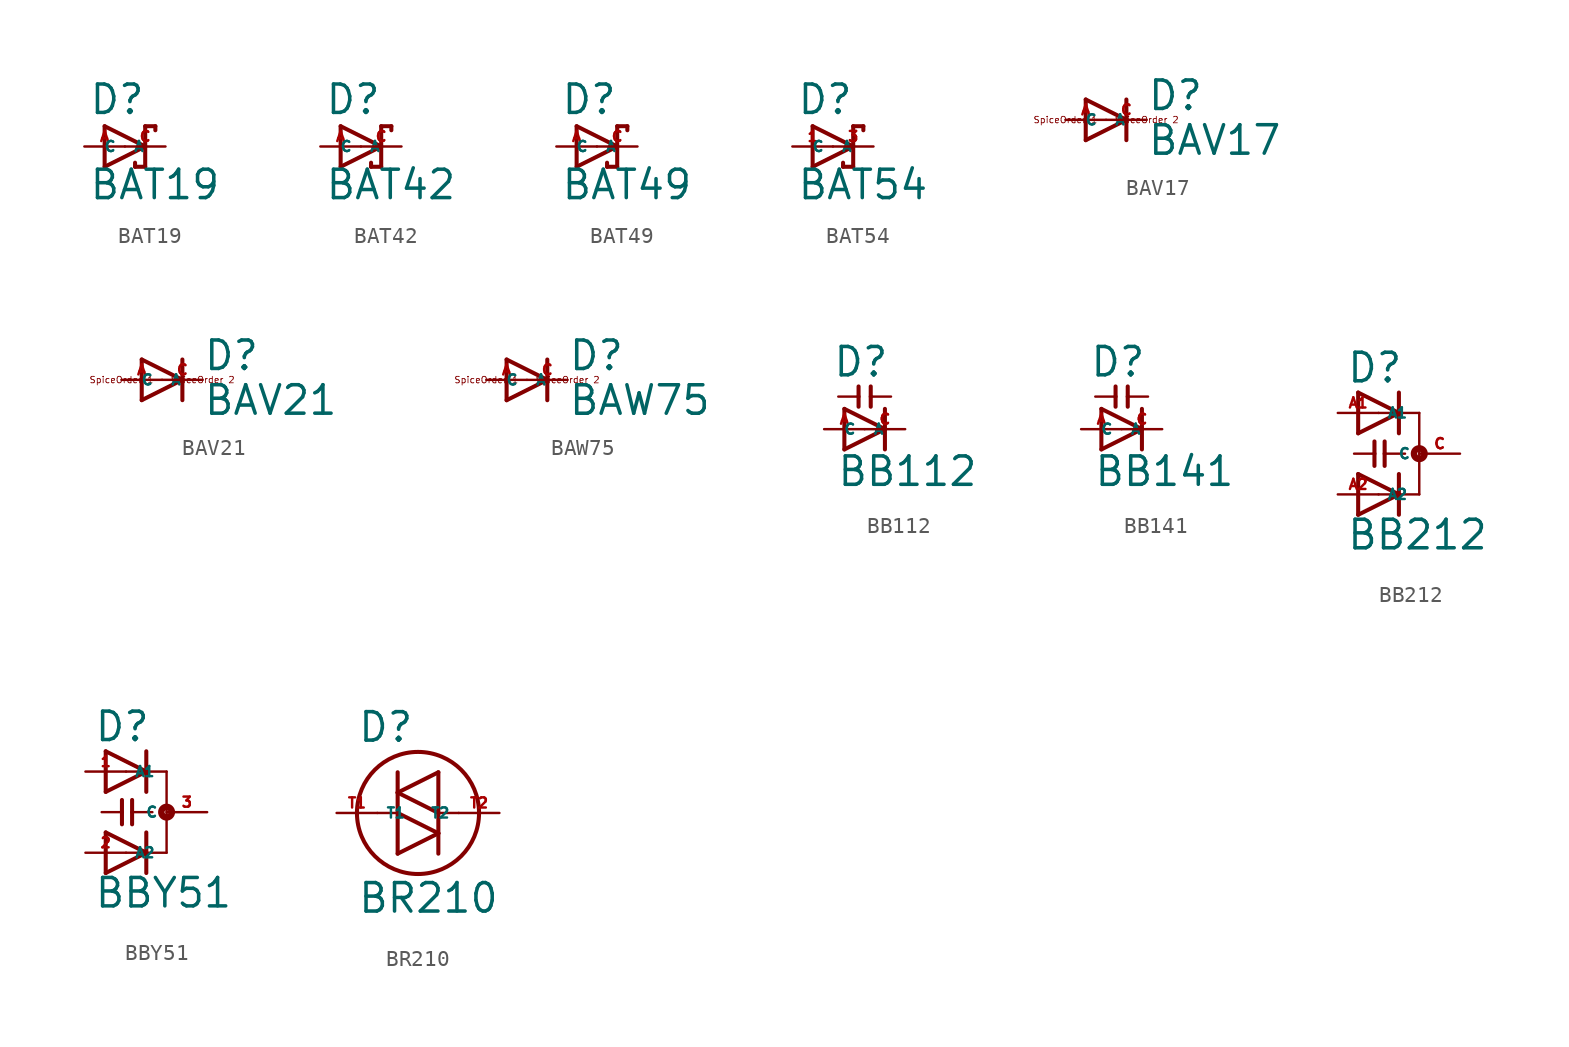
<source format=kicad_sym>
(kicad_symbol_lib
  (version 20220914)
  (generator Eagle2Kicad)
  (symbol "BAT19"
    (property "Reference" "D"
      (at -2.286 1.905 0)
      (effects (font (size 1.778 1.778) (thickness 0.22)) (justify left bottom)))
    (property "Value" "BAT19"
      (at -2.286 -3.429 0)
      (effects (font (size 1.778 1.778) (thickness 0.22)) (justify left bottom)))
    (polyline
      (pts (xy -1.27 -1.27) (xy 1.27 0))
      (stroke (width 0.254) (type default))
      (fill (type none)))
    (polyline
      (pts (xy 1.27 0) (xy -1.27 1.27))
      (stroke (width 0.254) (type default))
      (fill (type none)))
    (polyline
      (pts (xy 1.905 1.27) (xy 1.27 1.27))
      (stroke (width 0.254) (type default))
      (fill (type none)))
    (polyline
      (pts (xy 1.27 1.27) (xy 1.27 0))
      (stroke (width 0.254) (type default))
      (fill (type none)))
    (polyline
      (pts (xy -1.27 1.27) (xy -1.27 -1.27))
      (stroke (width 0.254) (type default))
      (fill (type none)))
    (polyline
      (pts (xy 1.27 0) (xy 1.27 -1.27))
      (stroke (width 0.254) (type default))
      (fill (type none)))
    (polyline
      (pts (xy 1.905 1.27) (xy 1.905 1.016))
      (stroke (width 0.254) (type default))
      (fill (type none)))
    (polyline
      (pts (xy 1.27 -1.27) (xy 0.635 -1.27))
      (stroke (width 0.254) (type default))
      (fill (type none)))
    (polyline
      (pts (xy 0.635 -1.016) (xy 0.635 -1.27))
      (stroke (width 0.254) (type default))
      (fill (type none)))
    (pin passive line
      (at -2.54 0 0)
      (length 2.54)
      (name "A" (effects (font (size 0.635 0.635) (thickness 0.08)) (justify left bottom)))
      (number "A" (effects (font (size 0.635 0.635) (thickness 0.08)) (justify left bottom))))
    (pin passive line
      (at 2.54 0 180)
      (length 2.54)
      (name "C" (effects (font (size 0.635 0.635) (thickness 0.08)) (justify left bottom)))
      (number "C" (effects (font (size 0.635 0.635) (thickness 0.08)) (justify left bottom)))))
  (symbol "BAT42"
    (property "Reference" "D"
      (at -2.286 1.905 0)
      (effects (font (size 1.778 1.778) (thickness 0.22)) (justify left bottom)))
    (property "Value" "BAT42"
      (at -2.286 -3.429 0)
      (effects (font (size 1.778 1.778) (thickness 0.22)) (justify left bottom)))
    (polyline
      (pts (xy -1.27 -1.27) (xy 1.27 0))
      (stroke (width 0.254) (type default))
      (fill (type none)))
    (polyline
      (pts (xy 1.27 0) (xy -1.27 1.27))
      (stroke (width 0.254) (type default))
      (fill (type none)))
    (polyline
      (pts (xy 1.905 1.27) (xy 1.27 1.27))
      (stroke (width 0.254) (type default))
      (fill (type none)))
    (polyline
      (pts (xy 1.27 1.27) (xy 1.27 0))
      (stroke (width 0.254) (type default))
      (fill (type none)))
    (polyline
      (pts (xy -1.27 1.27) (xy -1.27 -1.27))
      (stroke (width 0.254) (type default))
      (fill (type none)))
    (polyline
      (pts (xy 1.27 0) (xy 1.27 -1.27))
      (stroke (width 0.254) (type default))
      (fill (type none)))
    (polyline
      (pts (xy 1.905 1.27) (xy 1.905 1.016))
      (stroke (width 0.254) (type default))
      (fill (type none)))
    (polyline
      (pts (xy 1.27 -1.27) (xy 0.635 -1.27))
      (stroke (width 0.254) (type default))
      (fill (type none)))
    (polyline
      (pts (xy 0.635 -1.016) (xy 0.635 -1.27))
      (stroke (width 0.254) (type default))
      (fill (type none)))
    (pin passive line
      (at -2.54 0 0)
      (length 2.54)
      (name "A" (effects (font (size 0.635 0.635) (thickness 0.08)) (justify left bottom)))
      (number "A" (effects (font (size 0.635 0.635) (thickness 0.08)) (justify left bottom))))
    (pin passive line
      (at 2.54 0 180)
      (length 2.54)
      (name "C" (effects (font (size 0.635 0.635) (thickness 0.08)) (justify left bottom)))
      (number "C" (effects (font (size 0.635 0.635) (thickness 0.08)) (justify left bottom)))))
  (symbol "BAT49"
    (property "Reference" "D"
      (at -2.286 1.905 0)
      (effects (font (size 1.778 1.778) (thickness 0.22)) (justify left bottom)))
    (property "Value" "BAT49"
      (at -2.286 -3.429 0)
      (effects (font (size 1.778 1.778) (thickness 0.22)) (justify left bottom)))
    (polyline
      (pts (xy -1.27 -1.27) (xy 1.27 0))
      (stroke (width 0.254) (type default))
      (fill (type none)))
    (polyline
      (pts (xy 1.27 0) (xy -1.27 1.27))
      (stroke (width 0.254) (type default))
      (fill (type none)))
    (polyline
      (pts (xy 1.905 1.27) (xy 1.27 1.27))
      (stroke (width 0.254) (type default))
      (fill (type none)))
    (polyline
      (pts (xy 1.27 1.27) (xy 1.27 0))
      (stroke (width 0.254) (type default))
      (fill (type none)))
    (polyline
      (pts (xy -1.27 1.27) (xy -1.27 -1.27))
      (stroke (width 0.254) (type default))
      (fill (type none)))
    (polyline
      (pts (xy 1.27 0) (xy 1.27 -1.27))
      (stroke (width 0.254) (type default))
      (fill (type none)))
    (polyline
      (pts (xy 1.905 1.27) (xy 1.905 1.016))
      (stroke (width 0.254) (type default))
      (fill (type none)))
    (polyline
      (pts (xy 1.27 -1.27) (xy 0.635 -1.27))
      (stroke (width 0.254) (type default))
      (fill (type none)))
    (polyline
      (pts (xy 0.635 -1.016) (xy 0.635 -1.27))
      (stroke (width 0.254) (type default))
      (fill (type none)))
    (pin passive line
      (at -2.54 0 0)
      (length 2.54)
      (name "A" (effects (font (size 0.635 0.635) (thickness 0.08)) (justify left bottom)))
      (number "A" (effects (font (size 0.635 0.635) (thickness 0.08)) (justify left bottom))))
    (pin passive line
      (at 2.54 0 180)
      (length 2.54)
      (name "C" (effects (font (size 0.635 0.635) (thickness 0.08)) (justify left bottom)))
      (number "C" (effects (font (size 0.635 0.635) (thickness 0.08)) (justify left bottom)))))
  (symbol "BAT54"
    (property "Reference" "D"
      (at -2.286 1.905 0)
      (effects (font (size 1.778 1.778) (thickness 0.22)) (justify left bottom)))
    (property "Value" "BAT54"
      (at -2.286 -3.429 0)
      (effects (font (size 1.778 1.778) (thickness 0.22)) (justify left bottom)))
    (polyline
      (pts (xy -1.27 -1.27) (xy 1.27 0))
      (stroke (width 0.254) (type default))
      (fill (type none)))
    (polyline
      (pts (xy 1.27 0) (xy -1.27 1.27))
      (stroke (width 0.254) (type default))
      (fill (type none)))
    (polyline
      (pts (xy 1.905 1.27) (xy 1.27 1.27))
      (stroke (width 0.254) (type default))
      (fill (type none)))
    (polyline
      (pts (xy 1.27 1.27) (xy 1.27 0))
      (stroke (width 0.254) (type default))
      (fill (type none)))
    (polyline
      (pts (xy -1.27 1.27) (xy -1.27 -1.27))
      (stroke (width 0.254) (type default))
      (fill (type none)))
    (polyline
      (pts (xy 1.27 0) (xy 1.27 -1.27))
      (stroke (width 0.254) (type default))
      (fill (type none)))
    (polyline
      (pts (xy 1.905 1.27) (xy 1.905 1.016))
      (stroke (width 0.254) (type default))
      (fill (type none)))
    (polyline
      (pts (xy 1.27 -1.27) (xy 0.635 -1.27))
      (stroke (width 0.254) (type default))
      (fill (type none)))
    (polyline
      (pts (xy 0.635 -1.016) (xy 0.635 -1.27))
      (stroke (width 0.254) (type default))
      (fill (type none)))
    (pin passive line
      (at -2.54 0 0)
      (length 2.54)
      (name "A" (effects (font (size 0.635 0.635) (thickness 0.08)) (justify left bottom)))
      (number "1" (effects (font (size 0.635 0.635) (thickness 0.08)) (justify left bottom))))
    (pin passive line
      (at 2.54 0 180)
      (length 2.54)
      (name "C" (effects (font (size 0.635 0.635) (thickness 0.08)) (justify left bottom)))
      (number "3" (effects (font (size 0.635 0.635) (thickness 0.08)) (justify left bottom)))))
  (symbol "BAV17"
    (property "Reference" "D"
      (at 2.54 0.483 0)
      (effects (font (size 1.778 1.778) (thickness 0.22)) (justify left bottom)))
    (property "Value" "BAV17"
      (at 2.54 -2.311 0)
      (effects (font (size 1.778 1.778) (thickness 0.22)) (justify left bottom)))
    (polyline
      (pts (xy -1.27 -1.27) (xy 1.27 0))
      (stroke (width 0.254) (type default))
      (fill (type none)))
    (polyline
      (pts (xy 1.27 0) (xy -1.27 1.27))
      (stroke (width 0.254) (type default))
      (fill (type none)))
    (polyline
      (pts (xy 1.27 1.27) (xy 1.27 0))
      (stroke (width 0.254) (type default))
      (fill (type none)))
    (polyline
      (pts (xy -1.27 1.27) (xy -1.27 -1.27))
      (stroke (width 0.254) (type default))
      (fill (type none)))
    (polyline
      (pts (xy 1.27 0) (xy 1.27 -1.27))
      (stroke (width 0.254) (type default))
      (fill (type none)))
    (text "SpiceOrder 1"
      (at -2.54 0 0)
      (effects (font (size 0.406 0.406) (thickness 0.05))))
    (text "SpiceOrder 2"
      (at 2.54 0 0)
      (effects (font (size 0.406 0.406) (thickness 0.05))))
    (pin passive line
      (at -2.54 0 0)
      (length 2.54)
      (name "A" (effects (font (size 0.635 0.635) (thickness 0.08)) (justify left bottom)))
      (number "A" (effects (font (size 0.635 0.635) (thickness 0.08)) (justify left bottom))))
    (pin passive line
      (at 2.54 0 180)
      (length 2.54)
      (name "C" (effects (font (size 0.635 0.635) (thickness 0.08)) (justify left bottom)))
      (number "C" (effects (font (size 0.635 0.635) (thickness 0.08)) (justify left bottom)))))
  (symbol "BAV21"
    (property "Reference" "D"
      (at 2.54 0.483 0)
      (effects (font (size 1.778 1.778) (thickness 0.22)) (justify left bottom)))
    (property "Value" "BAV21"
      (at 2.54 -2.311 0)
      (effects (font (size 1.778 1.778) (thickness 0.22)) (justify left bottom)))
    (polyline
      (pts (xy -1.27 -1.27) (xy 1.27 0))
      (stroke (width 0.254) (type default))
      (fill (type none)))
    (polyline
      (pts (xy 1.27 0) (xy -1.27 1.27))
      (stroke (width 0.254) (type default))
      (fill (type none)))
    (polyline
      (pts (xy 1.27 1.27) (xy 1.27 0))
      (stroke (width 0.254) (type default))
      (fill (type none)))
    (polyline
      (pts (xy -1.27 1.27) (xy -1.27 -1.27))
      (stroke (width 0.254) (type default))
      (fill (type none)))
    (polyline
      (pts (xy 1.27 0) (xy 1.27 -1.27))
      (stroke (width 0.254) (type default))
      (fill (type none)))
    (text "SpiceOrder 1"
      (at -2.54 0 0)
      (effects (font (size 0.406 0.406) (thickness 0.05))))
    (text "SpiceOrder 2"
      (at 2.54 0 0)
      (effects (font (size 0.406 0.406) (thickness 0.05))))
    (pin passive line
      (at -2.54 0 0)
      (length 2.54)
      (name "A" (effects (font (size 0.635 0.635) (thickness 0.08)) (justify left bottom)))
      (number "A" (effects (font (size 0.635 0.635) (thickness 0.08)) (justify left bottom))))
    (pin passive line
      (at 2.54 0 180)
      (length 2.54)
      (name "C" (effects (font (size 0.635 0.635) (thickness 0.08)) (justify left bottom)))
      (number "C" (effects (font (size 0.635 0.635) (thickness 0.08)) (justify left bottom)))))
  (symbol "BAW75"
    (property "Reference" "D"
      (at 2.54 0.483 0)
      (effects (font (size 1.778 1.778) (thickness 0.22)) (justify left bottom)))
    (property "Value" "BAW75"
      (at 2.54 -2.311 0)
      (effects (font (size 1.778 1.778) (thickness 0.22)) (justify left bottom)))
    (polyline
      (pts (xy -1.27 -1.27) (xy 1.27 0))
      (stroke (width 0.254) (type default))
      (fill (type none)))
    (polyline
      (pts (xy 1.27 0) (xy -1.27 1.27))
      (stroke (width 0.254) (type default))
      (fill (type none)))
    (polyline
      (pts (xy 1.27 1.27) (xy 1.27 0))
      (stroke (width 0.254) (type default))
      (fill (type none)))
    (polyline
      (pts (xy -1.27 1.27) (xy -1.27 -1.27))
      (stroke (width 0.254) (type default))
      (fill (type none)))
    (polyline
      (pts (xy 1.27 0) (xy 1.27 -1.27))
      (stroke (width 0.254) (type default))
      (fill (type none)))
    (text "SpiceOrder 1"
      (at -2.54 0 0)
      (effects (font (size 0.406 0.406) (thickness 0.05))))
    (text "SpiceOrder 2"
      (at 2.54 0 0)
      (effects (font (size 0.406 0.406) (thickness 0.05))))
    (pin passive line
      (at -2.54 0 0)
      (length 2.54)
      (name "A" (effects (font (size 0.635 0.635) (thickness 0.08)) (justify left bottom)))
      (number "A" (effects (font (size 0.635 0.635) (thickness 0.08)) (justify left bottom))))
    (pin passive line
      (at 2.54 0 180)
      (length 2.54)
      (name "C" (effects (font (size 0.635 0.635) (thickness 0.08)) (justify left bottom)))
      (number "C" (effects (font (size 0.635 0.635) (thickness 0.08)) (justify left bottom)))))
  (symbol "BB112"
    (property "Reference" "D"
      (at -2.032 3.175 0)
      (effects (font (size 1.778 1.778) (thickness 0.22)) (justify left bottom)))
    (property "Value" "BB112"
      (at -1.778 -3.683 0)
      (effects (font (size 1.778 1.778) (thickness 0.22)) (justify left bottom)))
    (polyline
      (pts (xy -1.27 -1.27) (xy 1.27 0))
      (stroke (width 0.254) (type default))
      (fill (type none)))
    (polyline
      (pts (xy 1.27 0) (xy -1.27 1.27))
      (stroke (width 0.254) (type default))
      (fill (type none)))
    (polyline
      (pts (xy 1.27 1.27) (xy 1.27 0))
      (stroke (width 0.254) (type default))
      (fill (type none)))
    (polyline
      (pts (xy -1.27 1.27) (xy -1.27 -1.27))
      (stroke (width 0.254) (type default))
      (fill (type none)))
    (polyline
      (pts (xy 1.27 0) (xy 1.27 -1.27))
      (stroke (width 0.254) (type default))
      (fill (type none)))
    (polyline
      (pts (xy -0.381 2.675) (xy -0.381 2.04))
      (stroke (width 0.254) (type default))
      (fill (type none)))
    (polyline
      (pts (xy 0.381 2.675) (xy 0.381 2.04))
      (stroke (width 0.254) (type default))
      (fill (type none)))
    (polyline
      (pts (xy 1.651 2.04) (xy 0.381 2.04))
      (stroke (width 0.152) (type default))
      (fill (type none)))
    (polyline
      (pts (xy 0.381 2.04) (xy 0.381 1.405))
      (stroke (width 0.254) (type default))
      (fill (type none)))
    (polyline
      (pts (xy -0.381 2.04) (xy -1.651 2.04))
      (stroke (width 0.152) (type default))
      (fill (type none)))
    (polyline
      (pts (xy -0.381 2.04) (xy -0.381 1.405))
      (stroke (width 0.254) (type default))
      (fill (type none)))
    (pin passive line
      (at -2.54 0 0)
      (length 2.54)
      (name "A" (effects (font (size 0.635 0.635) (thickness 0.08)) (justify left bottom)))
      (number "A" (effects (font (size 0.635 0.635) (thickness 0.08)) (justify left bottom))))
    (pin passive line
      (at 2.54 0 180)
      (length 2.54)
      (name "C" (effects (font (size 0.635 0.635) (thickness 0.08)) (justify left bottom)))
      (number "C" (effects (font (size 0.635 0.635) (thickness 0.08)) (justify left bottom)))))
  (symbol "BB141"
    (property "Reference" "D"
      (at -2.032 3.175 0)
      (effects (font (size 1.778 1.778) (thickness 0.22)) (justify left bottom)))
    (property "Value" "BB141"
      (at -1.778 -3.683 0)
      (effects (font (size 1.778 1.778) (thickness 0.22)) (justify left bottom)))
    (polyline
      (pts (xy -1.27 -1.27) (xy 1.27 0))
      (stroke (width 0.254) (type default))
      (fill (type none)))
    (polyline
      (pts (xy 1.27 0) (xy -1.27 1.27))
      (stroke (width 0.254) (type default))
      (fill (type none)))
    (polyline
      (pts (xy 1.27 1.27) (xy 1.27 0))
      (stroke (width 0.254) (type default))
      (fill (type none)))
    (polyline
      (pts (xy -1.27 1.27) (xy -1.27 -1.27))
      (stroke (width 0.254) (type default))
      (fill (type none)))
    (polyline
      (pts (xy 1.27 0) (xy 1.27 -1.27))
      (stroke (width 0.254) (type default))
      (fill (type none)))
    (polyline
      (pts (xy -0.381 2.675) (xy -0.381 2.04))
      (stroke (width 0.254) (type default))
      (fill (type none)))
    (polyline
      (pts (xy 0.381 2.675) (xy 0.381 2.04))
      (stroke (width 0.254) (type default))
      (fill (type none)))
    (polyline
      (pts (xy 1.651 2.04) (xy 0.381 2.04))
      (stroke (width 0.152) (type default))
      (fill (type none)))
    (polyline
      (pts (xy 0.381 2.04) (xy 0.381 1.405))
      (stroke (width 0.254) (type default))
      (fill (type none)))
    (polyline
      (pts (xy -0.381 2.04) (xy -1.651 2.04))
      (stroke (width 0.152) (type default))
      (fill (type none)))
    (polyline
      (pts (xy -0.381 2.04) (xy -0.381 1.405))
      (stroke (width 0.254) (type default))
      (fill (type none)))
    (pin passive line
      (at -2.54 0 0)
      (length 2.54)
      (name "A" (effects (font (size 0.635 0.635) (thickness 0.08)) (justify left bottom)))
      (number "A" (effects (font (size 0.635 0.635) (thickness 0.08)) (justify left bottom))))
    (pin passive line
      (at 2.54 0 180)
      (length 2.54)
      (name "C" (effects (font (size 0.635 0.635) (thickness 0.08)) (justify left bottom)))
      (number "C" (effects (font (size 0.635 0.635) (thickness 0.08)) (justify left bottom)))))
  (symbol "BB212"
    (property "Reference" "D"
      (at -2.032 4.318 0)
      (effects (font (size 1.778 1.778) (thickness 0.22)) (justify left bottom)))
    (property "Value" "BB212"
      (at -2.032 -6.096 0)
      (effects (font (size 1.778 1.778) (thickness 0.22)) (justify left bottom)))
    (polyline
      (pts (xy -1.27 1.27) (xy 1.27 2.54))
      (stroke (width 0.254) (type default))
      (fill (type none)))
    (polyline
      (pts (xy 1.27 2.54) (xy -1.27 3.81))
      (stroke (width 0.254) (type default))
      (fill (type none)))
    (polyline
      (pts (xy 1.27 3.81) (xy 1.27 2.54))
      (stroke (width 0.254) (type default))
      (fill (type none)))
    (polyline
      (pts (xy 0 2.54) (xy 1.27 2.54))
      (stroke (width 0.152) (type default))
      (fill (type none)))
    (polyline
      (pts (xy -1.27 3.81) (xy -1.27 1.27))
      (stroke (width 0.254) (type default))
      (fill (type none)))
    (polyline
      (pts (xy 1.27 2.54) (xy 1.27 1.27))
      (stroke (width 0.254) (type default))
      (fill (type none)))
    (polyline
      (pts (xy 2.54 2.54) (xy 1.27 2.54))
      (stroke (width 0.152) (type default))
      (fill (type none)))
    (polyline
      (pts (xy -0.254 0.762) (xy -0.254 0))
      (stroke (width 0.254) (type default))
      (fill (type none)))
    (polyline
      (pts (xy 0.381 0.762) (xy 0.381 0))
      (stroke (width 0.254) (type default))
      (fill (type none)))
    (polyline
      (pts (xy 1.651 0) (xy 0.381 0))
      (stroke (width 0.152) (type default))
      (fill (type none)))
    (polyline
      (pts (xy 0.381 0) (xy 0.381 -0.762))
      (stroke (width 0.254) (type default))
      (fill (type none)))
    (polyline
      (pts (xy -0.254 0) (xy -1.524 0))
      (stroke (width 0.152) (type default))
      (fill (type none)))
    (polyline
      (pts (xy -0.254 0) (xy -0.254 -0.762))
      (stroke (width 0.254) (type default))
      (fill (type none)))
    (polyline
      (pts (xy -1.27 -3.81) (xy 1.27 -2.54))
      (stroke (width 0.254) (type default))
      (fill (type none)))
    (polyline
      (pts (xy 1.27 -2.54) (xy -1.27 -1.27))
      (stroke (width 0.254) (type default))
      (fill (type none)))
    (polyline
      (pts (xy 1.27 -1.27) (xy 1.27 -2.54))
      (stroke (width 0.254) (type default))
      (fill (type none)))
    (polyline
      (pts (xy 0 -2.54) (xy 1.27 -2.54))
      (stroke (width 0.152) (type default))
      (fill (type none)))
    (polyline
      (pts (xy -1.27 -1.27) (xy -1.27 -3.81))
      (stroke (width 0.254) (type default))
      (fill (type none)))
    (polyline
      (pts (xy 1.27 -2.54) (xy 1.27 -3.81))
      (stroke (width 0.254) (type default))
      (fill (type none)))
    (polyline
      (pts (xy 2.54 -2.54) (xy 1.27 -2.54))
      (stroke (width 0.152) (type default))
      (fill (type none)))
    (polyline
      (pts (xy 2.54 -2.54) (xy 2.54 2.54))
      (stroke (width 0.152) (type default))
      (fill (type none)))
    (circle
      (center 2.54 0)
      (radius 0.127)
      (stroke (width 0.406) (type default))
      (fill (type none)))
    (pin passive line
      (at -2.54 2.54 0)
      (length 2.54)
      (name "A1" (effects (font (size 0.635 0.635) (thickness 0.08)) (justify left bottom)))
      (number "A1" (effects (font (size 0.635 0.635) (thickness 0.08)) (justify left bottom))))
    (pin passive line
      (at 5.08 0 180)
      (length 2.54)
      (name "C" (effects (font (size 0.635 0.635) (thickness 0.08)) (justify left bottom)))
      (number "C" (effects (font (size 0.635 0.635) (thickness 0.08)) (justify left bottom))))
    (pin passive line
      (at -2.54 -2.54 0)
      (length 2.54)
      (name "A2" (effects (font (size 0.635 0.635) (thickness 0.08)) (justify left bottom)))
      (number "A2" (effects (font (size 0.635 0.635) (thickness 0.08)) (justify left bottom)))))
  (symbol "BBY51"
    (property "Reference" "D"
      (at -2.032 4.318 0)
      (effects (font (size 1.778 1.778) (thickness 0.22)) (justify left bottom)))
    (property "Value" "BBY51"
      (at -2.032 -6.096 0)
      (effects (font (size 1.778 1.778) (thickness 0.22)) (justify left bottom)))
    (polyline
      (pts (xy -1.27 1.27) (xy 1.27 2.54))
      (stroke (width 0.254) (type default))
      (fill (type none)))
    (polyline
      (pts (xy 1.27 2.54) (xy -1.27 3.81))
      (stroke (width 0.254) (type default))
      (fill (type none)))
    (polyline
      (pts (xy 1.27 3.81) (xy 1.27 2.54))
      (stroke (width 0.254) (type default))
      (fill (type none)))
    (polyline
      (pts (xy 0 2.54) (xy 1.27 2.54))
      (stroke (width 0.152) (type default))
      (fill (type none)))
    (polyline
      (pts (xy -1.27 3.81) (xy -1.27 1.27))
      (stroke (width 0.254) (type default))
      (fill (type none)))
    (polyline
      (pts (xy 1.27 2.54) (xy 1.27 1.27))
      (stroke (width 0.254) (type default))
      (fill (type none)))
    (polyline
      (pts (xy 2.54 2.54) (xy 1.27 2.54))
      (stroke (width 0.152) (type default))
      (fill (type none)))
    (polyline
      (pts (xy -0.254 0.762) (xy -0.254 0))
      (stroke (width 0.254) (type default))
      (fill (type none)))
    (polyline
      (pts (xy 0.381 0.762) (xy 0.381 0))
      (stroke (width 0.254) (type default))
      (fill (type none)))
    (polyline
      (pts (xy 1.651 0) (xy 0.381 0))
      (stroke (width 0.152) (type default))
      (fill (type none)))
    (polyline
      (pts (xy 0.381 0) (xy 0.381 -0.762))
      (stroke (width 0.254) (type default))
      (fill (type none)))
    (polyline
      (pts (xy -0.254 0) (xy -1.524 0))
      (stroke (width 0.152) (type default))
      (fill (type none)))
    (polyline
      (pts (xy -0.254 0) (xy -0.254 -0.762))
      (stroke (width 0.254) (type default))
      (fill (type none)))
    (polyline
      (pts (xy -1.27 -3.81) (xy 1.27 -2.54))
      (stroke (width 0.254) (type default))
      (fill (type none)))
    (polyline
      (pts (xy 1.27 -2.54) (xy -1.27 -1.27))
      (stroke (width 0.254) (type default))
      (fill (type none)))
    (polyline
      (pts (xy 1.27 -1.27) (xy 1.27 -2.54))
      (stroke (width 0.254) (type default))
      (fill (type none)))
    (polyline
      (pts (xy 0 -2.54) (xy 1.27 -2.54))
      (stroke (width 0.152) (type default))
      (fill (type none)))
    (polyline
      (pts (xy -1.27 -1.27) (xy -1.27 -3.81))
      (stroke (width 0.254) (type default))
      (fill (type none)))
    (polyline
      (pts (xy 1.27 -2.54) (xy 1.27 -3.81))
      (stroke (width 0.254) (type default))
      (fill (type none)))
    (polyline
      (pts (xy 2.54 -2.54) (xy 1.27 -2.54))
      (stroke (width 0.152) (type default))
      (fill (type none)))
    (polyline
      (pts (xy 2.54 -2.54) (xy 2.54 2.54))
      (stroke (width 0.152) (type default))
      (fill (type none)))
    (circle
      (center 2.54 0)
      (radius 0.127)
      (stroke (width 0.406) (type default))
      (fill (type none)))
    (pin passive line
      (at -2.54 2.54 0)
      (length 2.54)
      (name "A1" (effects (font (size 0.635 0.635) (thickness 0.08)) (justify left bottom)))
      (number "1" (effects (font (size 0.635 0.635) (thickness 0.08)) (justify left bottom))))
    (pin passive line
      (at 5.08 0 180)
      (length 2.54)
      (name "C" (effects (font (size 0.635 0.635) (thickness 0.08)) (justify left bottom)))
      (number "3" (effects (font (size 0.635 0.635) (thickness 0.08)) (justify left bottom))))
    (pin passive line
      (at -2.54 -2.54 0)
      (length 2.54)
      (name "A2" (effects (font (size 0.635 0.635) (thickness 0.08)) (justify left bottom)))
      (number "2" (effects (font (size 0.635 0.635) (thickness 0.08)) (justify left bottom)))))
  (symbol "BR210"
    (property "Reference" "D"
      (at -3.81 4.318 0)
      (effects (font (size 1.778 1.778) (thickness 0.22)) (justify left bottom)))
    (property "Value" "BR210"
      (at -3.81 -6.35 0)
      (effects (font (size 1.778 1.778) (thickness 0.22)) (justify left bottom)))
    (polyline
      (pts (xy -1.27 -2.54) (xy 1.27 -1.27))
      (stroke (width 0.254) (type default))
      (fill (type none)))
    (polyline
      (pts (xy 1.27 -1.27) (xy -1.27 0))
      (stroke (width 0.254) (type default))
      (fill (type none)))
    (polyline
      (pts (xy 1.27 0) (xy 1.27 -1.27))
      (stroke (width 0.254) (type default))
      (fill (type none)))
    (polyline
      (pts (xy -1.27 0) (xy -1.27 -2.54))
      (stroke (width 0.254) (type default))
      (fill (type none)))
    (polyline
      (pts (xy 1.27 -1.27) (xy 1.27 -2.54))
      (stroke (width 0.254) (type default))
      (fill (type none)))
    (polyline
      (pts (xy -1.27 2.54) (xy -1.27 1.27))
      (stroke (width 0.254) (type default))
      (fill (type none)))
    (polyline
      (pts (xy -1.27 1.27) (xy -1.27 0))
      (stroke (width 0.254) (type default))
      (fill (type none)))
    (polyline
      (pts (xy 1.27 0) (xy -1.27 1.27))
      (stroke (width 0.254) (type default))
      (fill (type none)))
    (polyline
      (pts (xy -1.27 1.27) (xy 1.27 2.54))
      (stroke (width 0.254) (type default))
      (fill (type none)))
    (polyline
      (pts (xy 1.27 2.54) (xy 1.27 0))
      (stroke (width 0.254) (type default))
      (fill (type none)))
    (polyline
      (pts (xy 2.54 0) (xy 1.27 0))
      (stroke (width 0.152) (type default))
      (fill (type none)))
    (polyline
      (pts (xy -1.27 0) (xy -2.54 0))
      (stroke (width 0.152) (type default))
      (fill (type none)))
    (circle
      (center 0 0)
      (radius 3.81)
      (stroke (width 0.254) (type default))
      (fill (type none)))
    (pin passive line
      (at -5.08 0 0)
      (length 2.54)
      (name "T1" (effects (font (size 0.635 0.635) (thickness 0.08)) (justify left bottom)))
      (number "T1" (effects (font (size 0.635 0.635) (thickness 0.08)) (justify left bottom))))
    (pin passive line
      (at 5.08 0 180)
      (length 2.54)
      (name "T2" (effects (font (size 0.635 0.635) (thickness 0.08)) (justify left bottom)))
      (number "T2" (effects (font (size 0.635 0.635) (thickness 0.08)) (justify left bottom))))))
</source>
